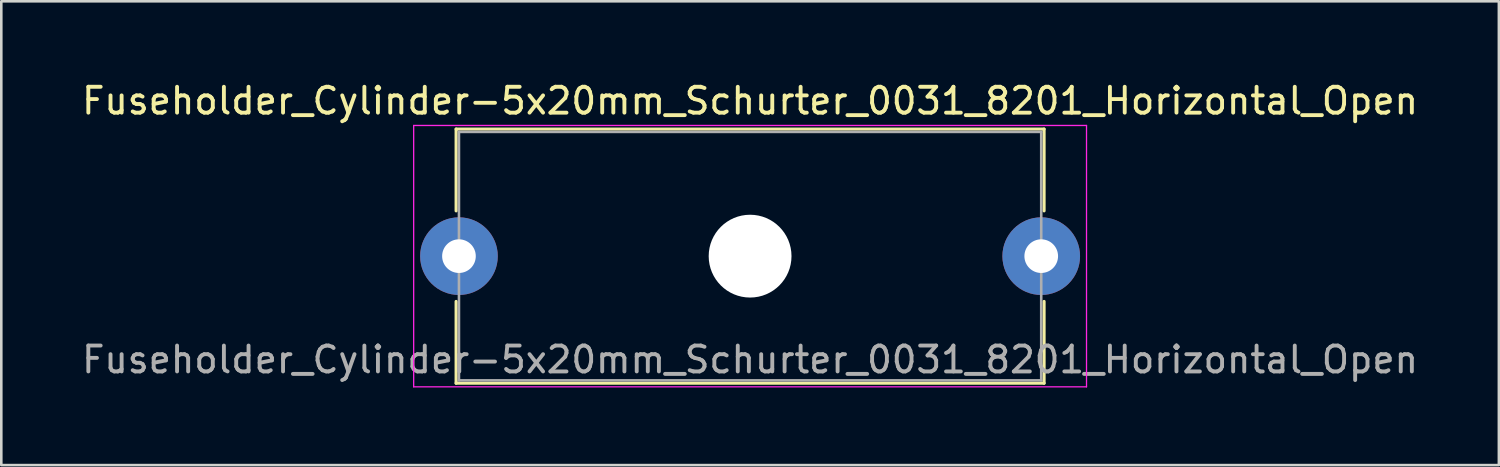
<source format=kicad_pcb>
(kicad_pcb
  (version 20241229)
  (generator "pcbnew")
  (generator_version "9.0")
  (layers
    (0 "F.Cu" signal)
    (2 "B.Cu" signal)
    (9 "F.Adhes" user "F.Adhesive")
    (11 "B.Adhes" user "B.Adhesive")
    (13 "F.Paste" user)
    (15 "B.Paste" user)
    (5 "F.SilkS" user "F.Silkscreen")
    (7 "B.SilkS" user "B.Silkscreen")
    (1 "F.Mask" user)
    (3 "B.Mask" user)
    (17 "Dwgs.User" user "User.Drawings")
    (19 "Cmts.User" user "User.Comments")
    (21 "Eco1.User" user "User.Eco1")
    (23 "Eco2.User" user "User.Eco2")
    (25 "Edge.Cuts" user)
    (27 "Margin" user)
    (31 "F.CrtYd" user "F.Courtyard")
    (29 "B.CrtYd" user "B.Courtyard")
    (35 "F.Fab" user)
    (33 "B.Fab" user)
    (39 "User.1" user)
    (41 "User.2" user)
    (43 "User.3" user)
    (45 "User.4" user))
  (footprint "Fuseholder_Cylinder-5x20mm_Schurter_0031_8201_Horizontal_Open"
    (layer "F.Cu")
    (at 25.935 6.848)
    (property "Reference" "Fuseholder_Cylinder-5x20mm_Schurter_0031_8201_Horizontal_Open" (at 0 -6 0) (layer "F.SilkS") (effects (font (size 1 1) (thickness 0.15))))
    (attr through_hole)
    (fp_line (start -11.36 -4.91) (end 11.36 -4.91) (stroke (width 0.12) (type solid)) (layer "F.SilkS"))
    (fp_line (start -11.36 -1.75) (end -11.36 -4.91) (stroke (width 0.12) (type solid)) (layer "F.SilkS"))
    (fp_line (start -11.36 4.91) (end -11.36 1.75) (stroke (width 0.12) (type solid)) (layer "F.SilkS"))
    (fp_line (start -11.36 4.91) (end 11.36 4.91) (stroke (width 0.12) (type solid)) (layer "F.SilkS"))
    (fp_line (start 11.36 -1.75) (end 11.36 -4.91) (stroke (width 0.12) (type solid)) (layer "F.SilkS"))
    (fp_line (start 11.36 4.91) (end 11.36 1.75) (stroke (width 0.12) (type solid)) (layer "F.SilkS"))
    (fp_line (start -13 -5.05) (end 13 -5.05) (stroke (width 0.05) (type solid)) (layer "F.CrtYd"))
    (fp_line (start -13 5.05) (end -13 -5.05) (stroke (width 0.05) (type solid)) (layer "F.CrtYd"))
    (fp_line (start 13 -5.05) (end 13 5.05) (stroke (width 0.05) (type solid)) (layer "F.CrtYd"))
    (fp_line (start 13 5.05) (end -13 5.05) (stroke (width 0.05) (type solid)) (layer "F.CrtYd"))
    (fp_line (start -11.25 -4.8) (end -11.25 4.8) (stroke (width 0.1) (type solid)) (layer "F.Fab"))
    (fp_line (start -11.25 4.8) (end 11.25 4.8) (stroke (width 0.1) (type solid)) (layer "F.Fab"))
    (fp_line (start 11.25 -4.8) (end -11.25 -4.8) (stroke (width 0.1) (type solid)) (layer "F.Fab"))
    (fp_line (start 11.25 4.8) (end 11.25 -4.8) (stroke (width 0.1) (type solid)) (layer "F.Fab"))
    (fp_text user "${REFERENCE}" (at 0 4 0) (layer "F.Fab") (effects (font (size 1 1) (thickness 0.15))))
    (pad "" np_thru_hole circle (at 0 0) (size 3.2 3.2) (drill 3.2) (layers "*.Cu" "*.Mask"))
    (pad "1" thru_hole circle (at -11.25 0) (size 3 3) (drill 1.3) (layers "*.Cu" "*.Mask"))
    (pad "2" thru_hole circle (at 11.25 0) (size 3 3) (drill 1.3) (layers "*.Cu" "*.Mask")))
  (gr_rect
    (start -3 -3)
    (end 54.869 14.923)
    (stroke (width 0.1) (type default))
    (fill no)
    (layer "Edge.Cuts")))
</source>
